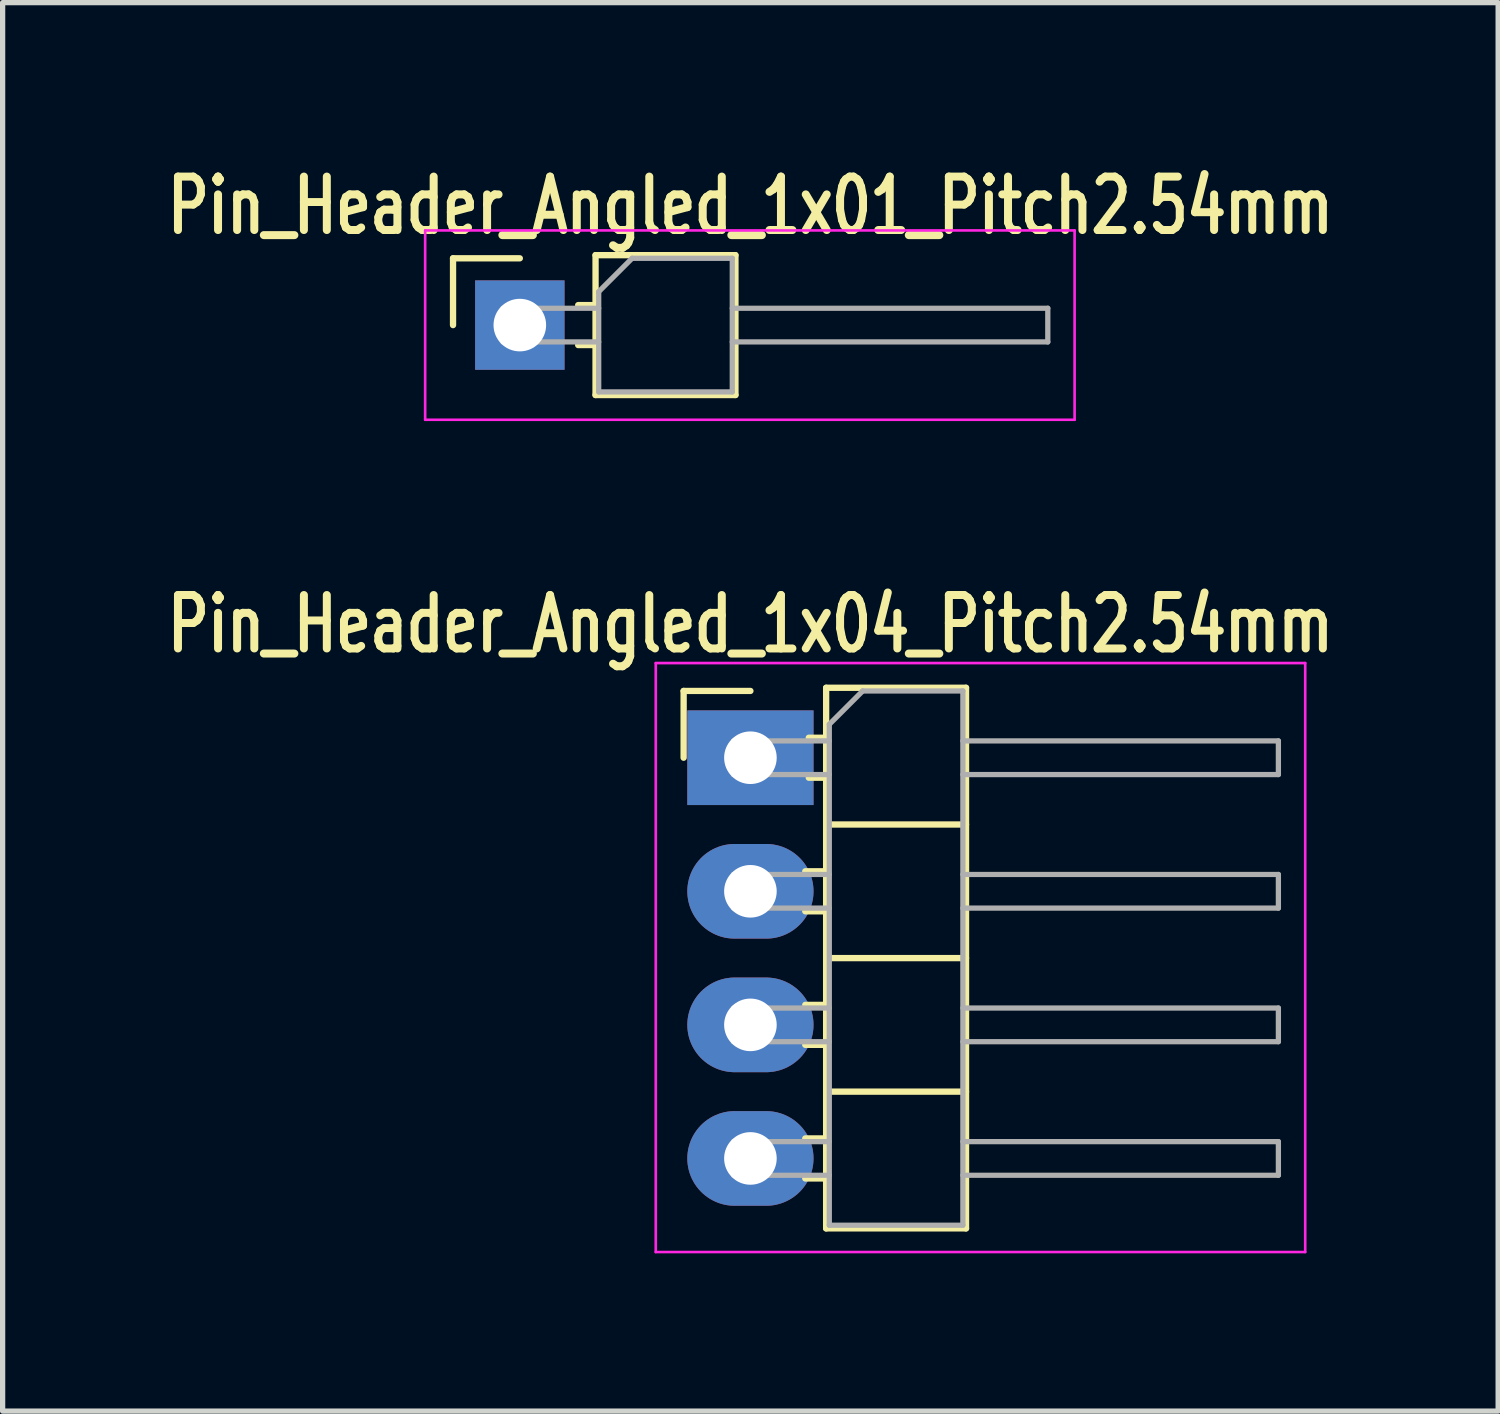
<source format=kicad_pcb>
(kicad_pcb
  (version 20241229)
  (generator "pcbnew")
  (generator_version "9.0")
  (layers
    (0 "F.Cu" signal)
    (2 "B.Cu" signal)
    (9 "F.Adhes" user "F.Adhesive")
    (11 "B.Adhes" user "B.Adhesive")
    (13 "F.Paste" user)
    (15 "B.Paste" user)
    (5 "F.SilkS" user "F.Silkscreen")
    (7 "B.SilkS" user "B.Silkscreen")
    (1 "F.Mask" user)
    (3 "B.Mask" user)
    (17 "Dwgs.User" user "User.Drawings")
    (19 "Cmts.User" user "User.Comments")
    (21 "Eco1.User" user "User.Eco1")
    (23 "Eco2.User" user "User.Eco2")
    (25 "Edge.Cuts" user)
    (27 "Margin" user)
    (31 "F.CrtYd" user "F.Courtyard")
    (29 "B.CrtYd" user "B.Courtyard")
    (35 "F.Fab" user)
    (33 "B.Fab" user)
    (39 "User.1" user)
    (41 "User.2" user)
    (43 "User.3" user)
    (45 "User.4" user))
  (footprint "Pin_Header_Angled_1x04_Pitch2.54mm"
    (layer "F.Cu")
    (at 11.22 11.359)
    (property "Reference" "Pin_Header_Angled_1x04_Pitch2.54mm" (at 0 -2.54 0) (layer "F.SilkS") (effects (font (size 1.016 0.762) (thickness 0.152))))
    (attr through_hole)
    (fp_line (start -1.27 -1.27) (end 0 -1.27) (stroke (width 0.12) (type solid)) (layer "F.SilkS"))
    (fp_line (start -1.27 0) (end -1.27 -1.27) (stroke (width 0.12) (type solid)) (layer "F.SilkS"))
    (fp_line (start 1.043 2.16) (end 1.44 2.16) (stroke (width 0.12) (type solid)) (layer "F.SilkS"))
    (fp_line (start 1.043 2.92) (end 1.44 2.92) (stroke (width 0.12) (type solid)) (layer "F.SilkS"))
    (fp_line (start 1.043 4.7) (end 1.44 4.7) (stroke (width 0.12) (type solid)) (layer "F.SilkS"))
    (fp_line (start 1.043 5.46) (end 1.44 5.46) (stroke (width 0.12) (type solid)) (layer "F.SilkS"))
    (fp_line (start 1.043 7.24) (end 1.44 7.24) (stroke (width 0.12) (type solid)) (layer "F.SilkS"))
    (fp_line (start 1.043 8) (end 1.44 8) (stroke (width 0.12) (type solid)) (layer "F.SilkS"))
    (fp_line (start 1.11 -0.38) (end 1.44 -0.38) (stroke (width 0.12) (type solid)) (layer "F.SilkS"))
    (fp_line (start 1.11 0.38) (end 1.44 0.38) (stroke (width 0.12) (type solid)) (layer "F.SilkS"))
    (fp_line (start 1.44 -1.33) (end 1.44 8.95) (stroke (width 0.12) (type solid)) (layer "F.SilkS"))
    (fp_line (start 1.44 1.27) (end 4.1 1.27) (stroke (width 0.12) (type solid)) (layer "F.SilkS"))
    (fp_line (start 1.44 3.81) (end 4.1 3.81) (stroke (width 0.12) (type solid)) (layer "F.SilkS"))
    (fp_line (start 1.44 6.35) (end 4.1 6.35) (stroke (width 0.12) (type solid)) (layer "F.SilkS"))
    (fp_line (start 1.44 8.95) (end 4.1 8.95) (stroke (width 0.12) (type solid)) (layer "F.SilkS"))
    (fp_line (start 4.1 -1.33) (end 1.44 -1.33) (stroke (width 0.12) (type solid)) (layer "F.SilkS"))
    (fp_line (start 4.1 8.95) (end 4.1 -1.33) (stroke (width 0.12) (type solid)) (layer "F.SilkS"))
    (fp_line (start -1.8 -1.8) (end -1.8 9.4) (stroke (width 0.05) (type solid)) (layer "F.CrtYd"))
    (fp_line (start -1.8 9.4) (end 10.55 9.4) (stroke (width 0.05) (type solid)) (layer "F.CrtYd"))
    (fp_line (start 10.55 -1.8) (end -1.8 -1.8) (stroke (width 0.05) (type solid)) (layer "F.CrtYd"))
    (fp_line (start 10.55 9.4) (end 10.55 -1.8) (stroke (width 0.05) (type solid)) (layer "F.CrtYd"))
    (fp_line (start -0.32 -0.32) (end -0.32 0.32) (stroke (width 0.1) (type solid)) (layer "F.Fab"))
    (fp_line (start -0.32 -0.32) (end 1.5 -0.32) (stroke (width 0.1) (type solid)) (layer "F.Fab"))
    (fp_line (start -0.32 0.32) (end 1.5 0.32) (stroke (width 0.1) (type solid)) (layer "F.Fab"))
    (fp_line (start -0.32 2.22) (end -0.32 2.86) (stroke (width 0.1) (type solid)) (layer "F.Fab"))
    (fp_line (start -0.32 2.22) (end 1.5 2.22) (stroke (width 0.1) (type solid)) (layer "F.Fab"))
    (fp_line (start -0.32 2.86) (end 1.5 2.86) (stroke (width 0.1) (type solid)) (layer "F.Fab"))
    (fp_line (start -0.32 4.76) (end -0.32 5.4) (stroke (width 0.1) (type solid)) (layer "F.Fab"))
    (fp_line (start -0.32 4.76) (end 1.5 4.76) (stroke (width 0.1) (type solid)) (layer "F.Fab"))
    (fp_line (start -0.32 5.4) (end 1.5 5.4) (stroke (width 0.1) (type solid)) (layer "F.Fab"))
    (fp_line (start -0.32 7.3) (end -0.32 7.94) (stroke (width 0.1) (type solid)) (layer "F.Fab"))
    (fp_line (start -0.32 7.3) (end 1.5 7.3) (stroke (width 0.1) (type solid)) (layer "F.Fab"))
    (fp_line (start -0.32 7.94) (end 1.5 7.94) (stroke (width 0.1) (type solid)) (layer "F.Fab"))
    (fp_line (start 1.5 -0.635) (end 2.135 -1.27) (stroke (width 0.1) (type solid)) (layer "F.Fab"))
    (fp_line (start 1.5 8.89) (end 1.5 -0.635) (stroke (width 0.1) (type solid)) (layer "F.Fab"))
    (fp_line (start 2.135 -1.27) (end 4.04 -1.27) (stroke (width 0.1) (type solid)) (layer "F.Fab"))
    (fp_line (start 4.04 -1.27) (end 4.04 8.89) (stroke (width 0.1) (type solid)) (layer "F.Fab"))
    (fp_line (start 4.04 -0.32) (end 10.04 -0.32) (stroke (width 0.1) (type solid)) (layer "F.Fab"))
    (fp_line (start 4.04 0.32) (end 10.04 0.32) (stroke (width 0.1) (type solid)) (layer "F.Fab"))
    (fp_line (start 4.04 2.22) (end 10.04 2.22) (stroke (width 0.1) (type solid)) (layer "F.Fab"))
    (fp_line (start 4.04 2.86) (end 10.04 2.86) (stroke (width 0.1) (type solid)) (layer "F.Fab"))
    (fp_line (start 4.04 4.76) (end 10.04 4.76) (stroke (width 0.1) (type solid)) (layer "F.Fab"))
    (fp_line (start 4.04 5.4) (end 10.04 5.4) (stroke (width 0.1) (type solid)) (layer "F.Fab"))
    (fp_line (start 4.04 7.3) (end 10.04 7.3) (stroke (width 0.1) (type solid)) (layer "F.Fab"))
    (fp_line (start 4.04 7.94) (end 10.04 7.94) (stroke (width 0.1) (type solid)) (layer "F.Fab"))
    (fp_line (start 4.04 8.89) (end 1.5 8.89) (stroke (width 0.1) (type solid)) (layer "F.Fab"))
    (fp_line (start 10.04 -0.32) (end 10.04 0.32) (stroke (width 0.1) (type solid)) (layer "F.Fab"))
    (fp_line (start 10.04 2.22) (end 10.04 2.86) (stroke (width 0.1) (type solid)) (layer "F.Fab"))
    (fp_line (start 10.04 4.76) (end 10.04 5.4) (stroke (width 0.1) (type solid)) (layer "F.Fab"))
    (fp_line (start 10.04 7.3) (end 10.04 7.94) (stroke (width 0.1) (type solid)) (layer "F.Fab"))
    (pad "1" thru_hole rect (at 0 0) (size 2.4 1.8) (drill 1) (layers "*.Cu" "*.Mask"))
    (pad "2" thru_hole oval (at 0 2.54) (size 2.4 1.8) (drill 1) (layers "*.Cu" "*.Mask"))
    (pad "3" thru_hole oval (at 0 5.08) (size 2.4 1.8) (drill 1) (layers "*.Cu" "*.Mask"))
    (pad "4" thru_hole oval (at 0 7.62) (size 2.4 1.8) (drill 1) (layers "*.Cu" "*.Mask")))
  (footprint "Pin_Header_Angled_1x01_Pitch2.54mm"
    (layer "F.Cu")
    (at 6.835 3.132)
    (property "Reference" "Pin_Header_Angled_1x01_Pitch2.54mm" (at 4.385 -2.27 0) (layer "F.SilkS") (effects (font (size 1.016 0.762) (thickness 0.152))))
    (attr through_hole)
    (fp_line (start -1.27 -1.27) (end 0 -1.27) (stroke (width 0.12) (type solid)) (layer "F.SilkS"))
    (fp_line (start -1.27 0) (end -1.27 -1.27) (stroke (width 0.12) (type solid)) (layer "F.SilkS"))
    (fp_line (start 1.11 -0.38) (end 1.44 -0.38) (stroke (width 0.12) (type solid)) (layer "F.SilkS"))
    (fp_line (start 1.11 0.38) (end 1.44 0.38) (stroke (width 0.12) (type solid)) (layer "F.SilkS"))
    (fp_line (start 1.44 -1.33) (end 1.44 1.33) (stroke (width 0.12) (type solid)) (layer "F.SilkS"))
    (fp_line (start 1.44 1.33) (end 4.1 1.33) (stroke (width 0.12) (type solid)) (layer "F.SilkS"))
    (fp_line (start 4.1 -1.33) (end 1.44 -1.33) (stroke (width 0.12) (type solid)) (layer "F.SilkS"))
    (fp_line (start 4.1 1.33) (end 4.1 -1.33) (stroke (width 0.12) (type solid)) (layer "F.SilkS"))
    (fp_line (start -1.8 -1.8) (end -1.8 1.8) (stroke (width 0.05) (type solid)) (layer "F.CrtYd"))
    (fp_line (start -1.8 1.8) (end 10.55 1.8) (stroke (width 0.05) (type solid)) (layer "F.CrtYd"))
    (fp_line (start 10.55 -1.8) (end -1.8 -1.8) (stroke (width 0.05) (type solid)) (layer "F.CrtYd"))
    (fp_line (start 10.55 1.8) (end 10.55 -1.8) (stroke (width 0.05) (type solid)) (layer "F.CrtYd"))
    (fp_line (start -0.32 -0.32) (end -0.32 0.32) (stroke (width 0.1) (type solid)) (layer "F.Fab"))
    (fp_line (start -0.32 -0.32) (end 1.5 -0.32) (stroke (width 0.1) (type solid)) (layer "F.Fab"))
    (fp_line (start -0.32 0.32) (end 1.5 0.32) (stroke (width 0.1) (type solid)) (layer "F.Fab"))
    (fp_line (start 1.5 -0.635) (end 2.135 -1.27) (stroke (width 0.1) (type solid)) (layer "F.Fab"))
    (fp_line (start 1.5 1.27) (end 1.5 -0.635) (stroke (width 0.1) (type solid)) (layer "F.Fab"))
    (fp_line (start 2.135 -1.27) (end 4.04 -1.27) (stroke (width 0.1) (type solid)) (layer "F.Fab"))
    (fp_line (start 4.04 -1.27) (end 4.04 1.27) (stroke (width 0.1) (type solid)) (layer "F.Fab"))
    (fp_line (start 4.04 -0.32) (end 10.04 -0.32) (stroke (width 0.1) (type solid)) (layer "F.Fab"))
    (fp_line (start 4.04 0.32) (end 10.04 0.32) (stroke (width 0.1) (type solid)) (layer "F.Fab"))
    (fp_line (start 4.04 1.27) (end 1.5 1.27) (stroke (width 0.1) (type solid)) (layer "F.Fab"))
    (fp_line (start 10.04 -0.32) (end 10.04 0.32) (stroke (width 0.1) (type solid)) (layer "F.Fab"))
    (pad "1" thru_hole rect (at 0 0) (size 1.7 1.7) (drill 1) (layers "*.Cu" "*.Mask")))
  (gr_rect
    (start -3 -3)
    (end 25.439 23.784)
    (stroke (width 0.1) (type default))
    (fill no)
    (layer "Edge.Cuts")))
</source>
